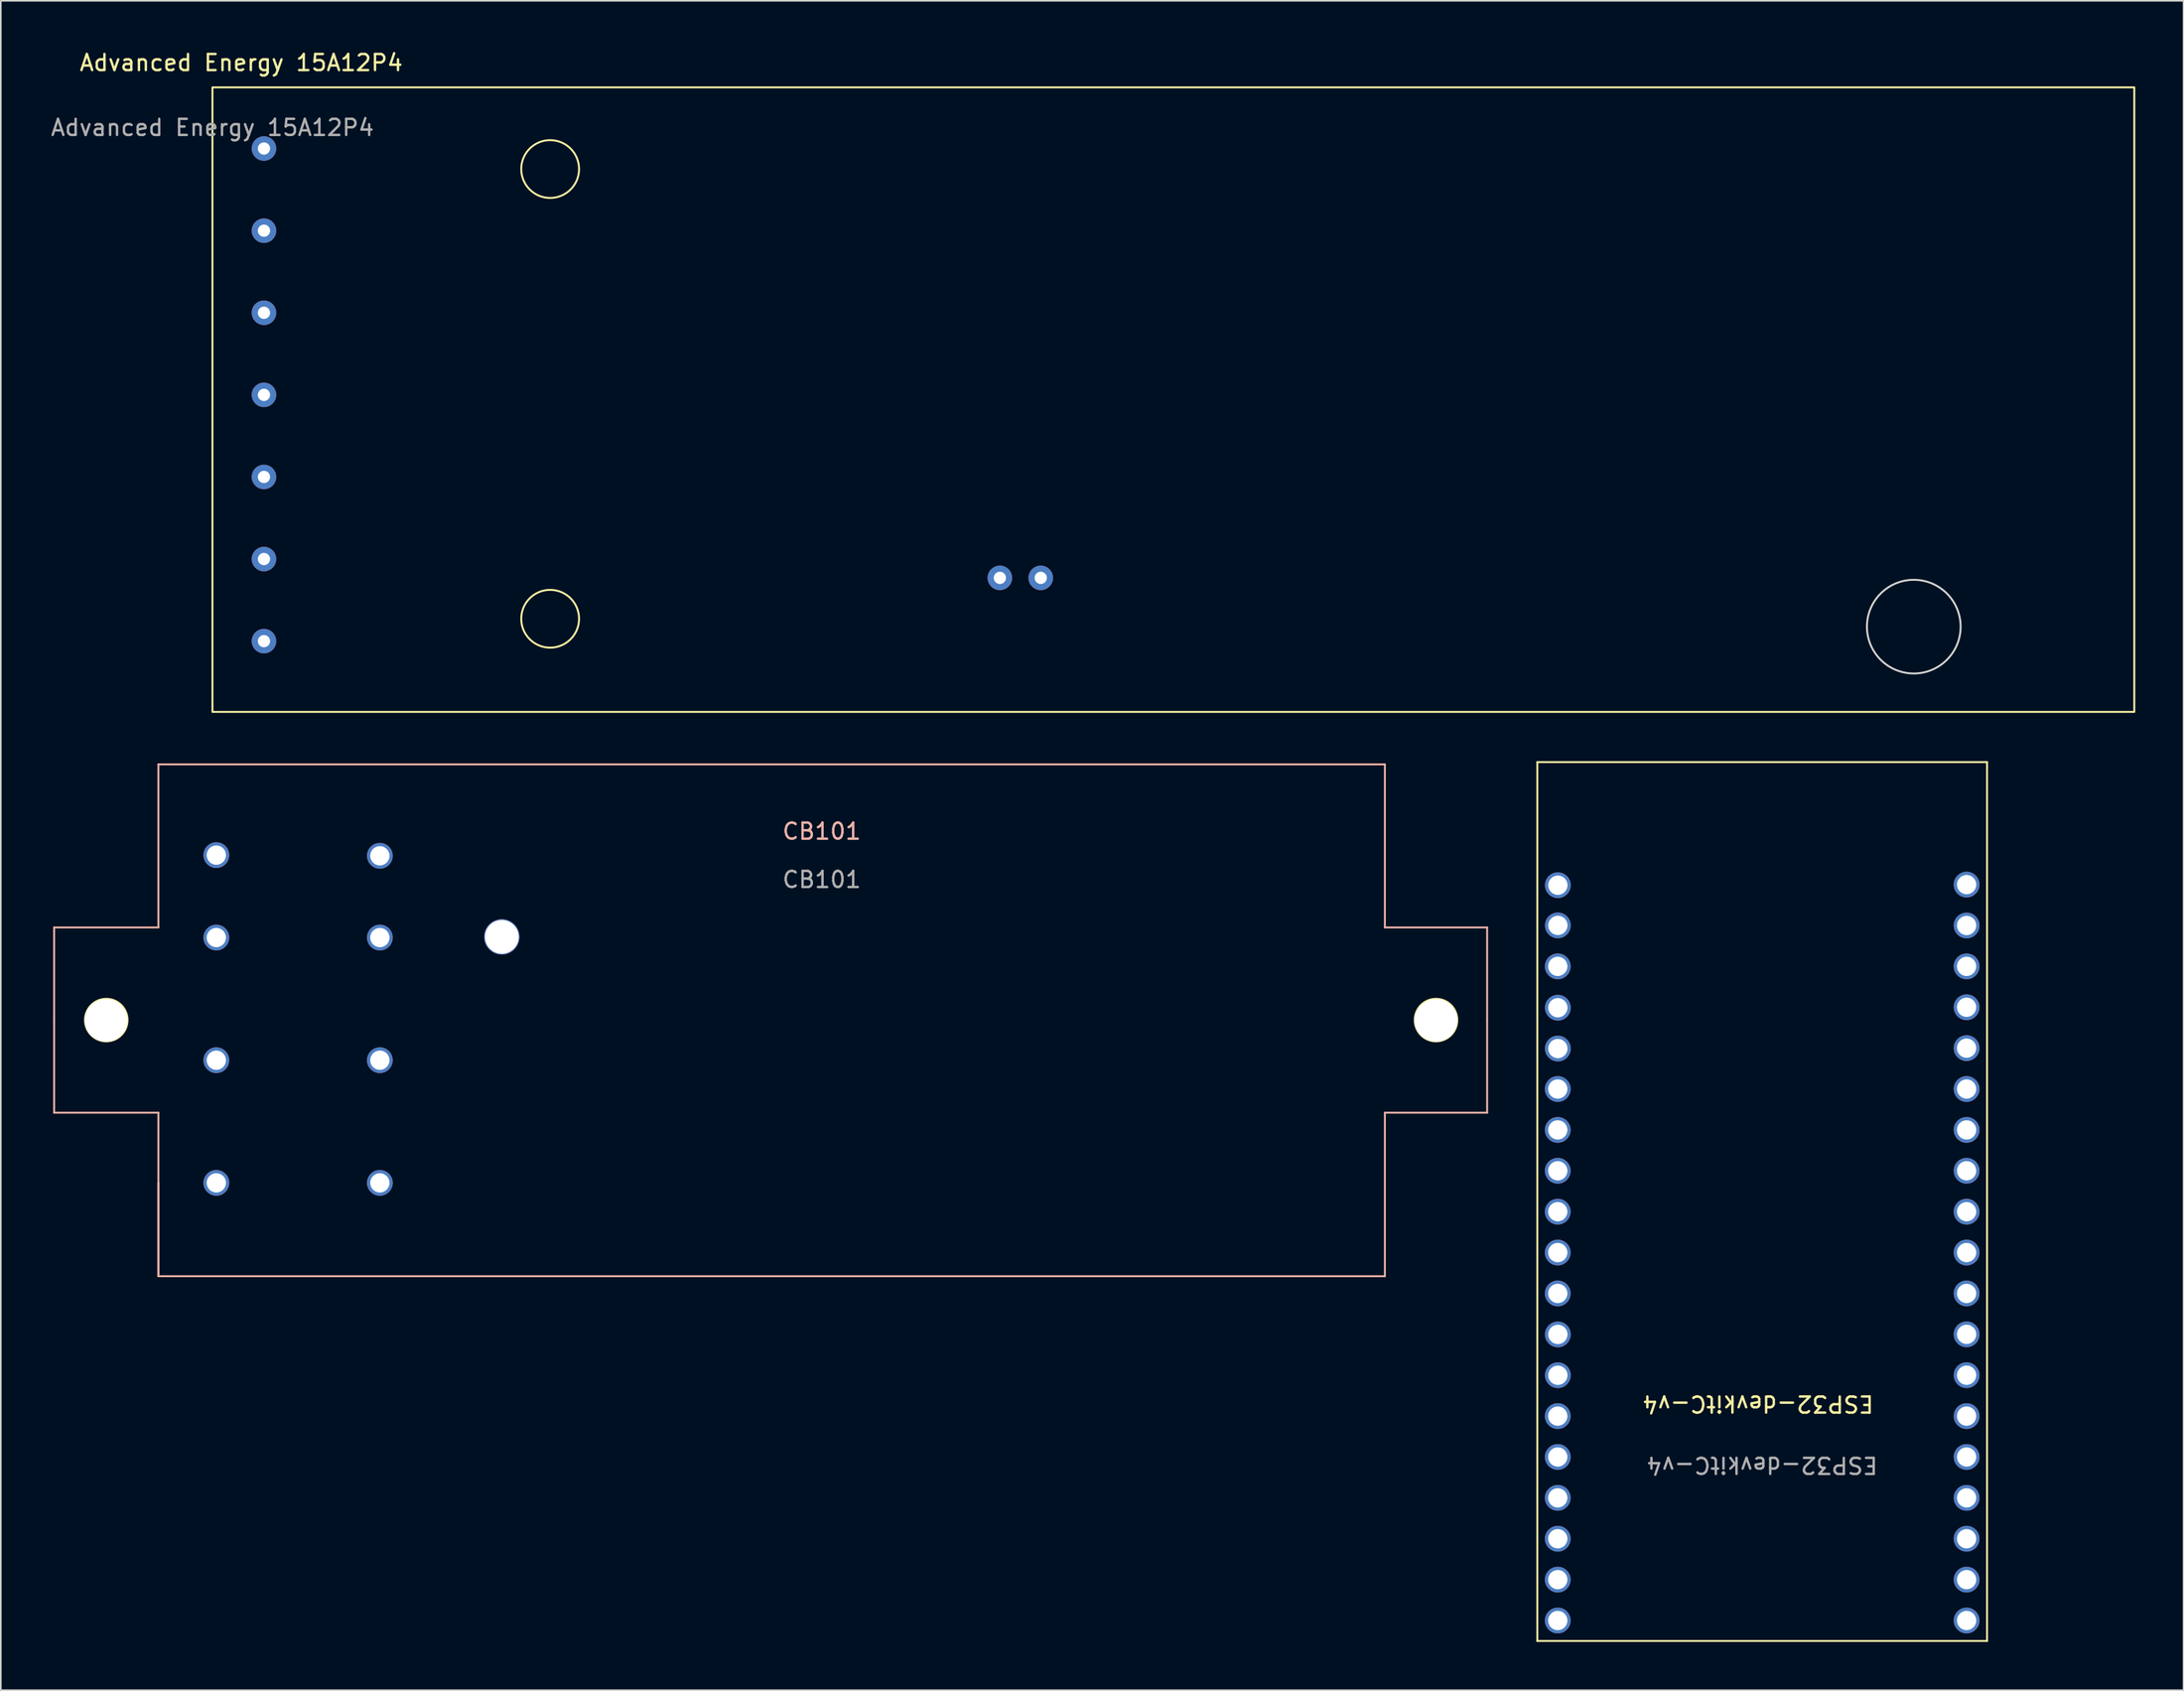
<source format=kicad_pcb>
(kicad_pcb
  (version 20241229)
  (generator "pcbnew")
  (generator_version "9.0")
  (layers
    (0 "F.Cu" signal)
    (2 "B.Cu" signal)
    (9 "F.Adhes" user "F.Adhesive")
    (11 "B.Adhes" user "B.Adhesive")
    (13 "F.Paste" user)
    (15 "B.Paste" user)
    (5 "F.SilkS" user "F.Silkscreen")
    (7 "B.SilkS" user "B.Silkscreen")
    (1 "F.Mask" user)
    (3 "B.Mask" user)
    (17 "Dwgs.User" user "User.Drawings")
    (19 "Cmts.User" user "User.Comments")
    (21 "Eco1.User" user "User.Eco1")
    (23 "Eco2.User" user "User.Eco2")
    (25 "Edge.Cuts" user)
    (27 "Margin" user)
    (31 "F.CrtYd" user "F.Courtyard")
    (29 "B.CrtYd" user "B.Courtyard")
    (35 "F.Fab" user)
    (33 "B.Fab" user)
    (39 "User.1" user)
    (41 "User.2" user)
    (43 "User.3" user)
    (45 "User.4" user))
  (footprint "ESP32-devkitC-v4"
    (layer "F.Cu")
    (at 105.922 64.862)
    (property "Reference" "ESP32-devkitC-v4" (at 0.254 19.304 180) (unlocked yes) (layer "F.SilkS") (effects (font (size 1 1) (thickness 0.15))))
    (attr smd)
    (fp_line (start -13.462 -20.564) (end 14.478 -20.564) (stroke (width 0.12) (type solid)) (layer "F.SilkS"))
    (fp_line (start -13.462 34.036) (end -13.462 -20.564) (stroke (width 0.12) (type solid)) (layer "F.SilkS"))
    (fp_line (start -13.462 34.036) (end 14.478 34.036) (stroke (width 0.12) (type solid)) (layer "F.SilkS"))
    (fp_line (start 14.478 34.036) (end 14.478 -20.564) (stroke (width 0.12) (type solid)) (layer "F.SilkS"))
    (fp_text user "${REFERENCE}" (at 0.508 23.114 180) (unlocked yes) (layer "F.Fab") (effects (font (size 1 1) (thickness 0.15))))
    (pad "1" thru_hole circle (at 13.208 32.766 180) (size 1.6 1.6) (drill 1.2) (layers "*.Cu" "*.Mask"))
    (pad "2" thru_hole circle (at 13.208 30.226 180) (size 1.6 1.6) (drill 1.2) (layers "*.Cu" "*.Mask"))
    (pad "3" thru_hole circle (at 13.208 27.686 180) (size 1.6 1.6) (drill 1.2) (layers "*.Cu" "*.Mask"))
    (pad "4" thru_hole circle (at 13.208 25.146 180) (size 1.6 1.6) (drill 1.2) (layers "*.Cu" "*.Mask"))
    (pad "5" thru_hole circle (at 13.208 22.606 180) (size 1.6 1.6) (drill 1.2) (layers "*.Cu" "*.Mask"))
    (pad "6" thru_hole circle (at 13.208 20.066 180) (size 1.6 1.6) (drill 1.2) (layers "*.Cu" "*.Mask"))
    (pad "7" thru_hole circle (at 13.208 17.526 180) (size 1.6 1.6) (drill 1.2) (layers "*.Cu" "*.Mask"))
    (pad "8" thru_hole circle (at 13.208 14.986 180) (size 1.6 1.6) (drill 1.2) (layers "*.Cu" "*.Mask"))
    (pad "9" thru_hole circle (at 13.208 12.446 180) (size 1.6 1.6) (drill 1.2) (layers "*.Cu" "*.Mask"))
    (pad "10" thru_hole circle (at 13.208 9.906 180) (size 1.6 1.6) (drill 1.2) (layers "*.Cu" "*.Mask"))
    (pad "11" thru_hole circle (at 13.208 7.366 180) (size 1.6 1.6) (drill 1.2) (layers "*.Cu" "*.Mask"))
    (pad "12" thru_hole circle (at 13.208 4.826 180) (size 1.6 1.6) (drill 1.2) (layers "*.Cu" "*.Mask"))
    (pad "13" thru_hole circle (at 13.208 2.286 180) (size 1.6 1.6) (drill 1.2) (layers "*.Cu" "*.Mask"))
    (pad "14" thru_hole circle (at 13.208 -0.254 180) (size 1.6 1.6) (drill 1.2) (layers "*.Cu" "*.Mask"))
    (pad "15" thru_hole circle (at 13.208 -2.794 180) (size 1.6 1.6) (drill 1.2) (layers "*.Cu" "*.Mask"))
    (pad "16" thru_hole circle (at 13.208 -5.334 180) (size 1.6 1.6) (drill 1.2) (layers "*.Cu" "*.Mask"))
    (pad "17" thru_hole circle (at 13.208 -7.874 180) (size 1.6 1.6) (drill 1.2) (layers "*.Cu" "*.Mask"))
    (pad "18" thru_hole circle (at 13.208 -10.414 180) (size 1.6 1.6) (drill 1.2) (layers "*.Cu" "*.Mask"))
    (pad "19" thru_hole circle (at 13.208 -12.954 180) (size 1.6 1.6) (drill 1.2) (layers "*.Cu" "*.Mask"))
    (pad "20" thru_hole circle (at -12.186 -12.917 180) (size 1.6 1.6) (drill 1.2) (layers "*.Cu" "*.Mask"))
    (pad "21" thru_hole circle (at -12.186 -10.42 180) (size 1.6 1.6) (drill 1.2) (layers "*.Cu" "*.Mask"))
    (pad "22" thru_hole circle (at -12.192 -7.874 180) (size 1.6 1.6) (drill 1.2) (layers "*.Cu" "*.Mask"))
    (pad "23" thru_hole circle (at -12.186 -5.305 180) (size 1.6 1.6) (drill 1.2) (layers "*.Cu" "*.Mask"))
    (pad "24" thru_hole circle (at -12.186 -2.768 180) (size 1.6 1.6) (drill 1.2) (layers "*.Cu" "*.Mask"))
    (pad "25" thru_hole circle (at -12.192 -0.254 180) (size 1.6 1.6) (drill 1.2) (layers "*.Cu" "*.Mask"))
    (pad "26" thru_hole circle (at -12.192 2.286 180) (size 1.6 1.6) (drill 1.2) (layers "*.Cu" "*.Mask"))
    (pad "27" thru_hole circle (at -12.192 4.826 180) (size 1.6 1.6) (drill 1.2) (layers "*.Cu" "*.Mask"))
    (pad "28" thru_hole circle (at -12.192 7.366 180) (size 1.6 1.6) (drill 1.2) (layers "*.Cu" "*.Mask"))
    (pad "29" thru_hole circle (at -12.192 9.906 180) (size 1.6 1.6) (drill 1.2) (layers "*.Cu" "*.Mask"))
    (pad "30" thru_hole circle (at -12.192 12.446 180) (size 1.6 1.6) (drill 1.2) (layers "*.Cu" "*.Mask"))
    (pad "31" thru_hole circle (at -12.186 14.992 180) (size 1.6 1.6) (drill 1.2) (layers "*.Cu" "*.Mask"))
    (pad "32" thru_hole circle (at -12.186 17.529 180) (size 1.6 1.6) (drill 1.2) (layers "*.Cu" "*.Mask"))
    (pad "33" thru_hole circle (at -12.192 20.066 180) (size 1.6 1.6) (drill 1.2) (layers "*.Cu" "*.Mask"))
    (pad "34" thru_hole circle (at -12.192 22.606 180) (size 1.6 1.6) (drill 1.2) (layers "*.Cu" "*.Mask"))
    (pad "35" thru_hole circle (at -12.192 25.146 180) (size 1.6 1.6) (drill 1.2) (layers "*.Cu" "*.Mask"))
    (pad "36" thru_hole circle (at -12.192 27.686 180) (size 1.6 1.6) (drill 1.2) (layers "*.Cu" "*.Mask"))
    (pad "37" thru_hole circle (at -12.192 30.226 180) (size 1.6 1.6) (drill 1.2) (layers "*.Cu" "*.Mask"))
    (pad "38" thru_hole circle (at -12.192 32.766 180) (size 1.6 1.6) (drill 1.2) (layers "*.Cu" "*.Mask")))
  (footprint "CB101"
    (layer "F.Cu")
    (at 0.25 44.488)
    (property "Reference" "CB101" (at 47.752 4.112 0) (unlocked yes) (layer "B.SilkS") (effects (font (size 1 1) (thickness 0.15))))
    (attr smd)
    (fp_circle (center 3.302 15.837) (end 1.981 15.837) (stroke (width 0.12) (type solid)) (fill no) (layer "F.SilkS"))
    (fp_circle (center 85.915 15.837) (end 84.594 15.837) (stroke (width 0.12) (type solid)) (fill no) (layer "F.SilkS"))
    (fp_line (start 0.064 10.084) (end 6.54 10.084) (stroke (width 0.12) (type solid)) (layer "B.SilkS"))
    (fp_line (start 0.064 15.824) (end 0.064 10.084) (stroke (width 0.12) (type solid)) (layer "B.SilkS"))
    (fp_line (start 0.064 21.59) (end 0.064 15.85) (stroke (width 0.12) (type solid)) (layer "B.SilkS"))
    (fp_line (start 0.064 21.59) (end 6.54 21.59) (stroke (width 0.12) (type solid)) (layer "B.SilkS"))
    (fp_line (start 6.54 -0.05) (end 82.74 -0.05) (stroke (width 0.12) (type solid)) (layer "B.SilkS"))
    (fp_line (start 6.54 10.084) (end 6.54 -0.05) (stroke (width 0.12) (type solid)) (layer "B.SilkS"))
    (fp_line (start 6.54 21.59) (end 6.54 31.75) (stroke (width 0.12) (type solid)) (layer "B.SilkS"))
    (fp_line (start 6.54 31.75) (end 6.54 25.95) (stroke (width 0.12) (type solid)) (layer "B.SilkS"))
    (fp_line (start 6.54 31.75) (end 82.74 31.75) (stroke (width 0.12) (type solid)) (layer "B.SilkS"))
    (fp_line (start 82.74 10.084) (end 82.74 -0.05) (stroke (width 0.12) (type solid)) (layer "B.SilkS"))
    (fp_line (start 82.74 31.75) (end 82.74 21.59) (stroke (width 0.12) (type solid)) (layer "B.SilkS"))
    (fp_line (start 89.091 10.084) (end 82.74 10.084) (stroke (width 0.12) (type solid)) (layer "B.SilkS"))
    (fp_line (start 89.091 10.084) (end 89.091 15.824) (stroke (width 0.12) (type solid)) (layer "B.SilkS"))
    (fp_line (start 89.091 15.85) (end 89.091 21.59) (stroke (width 0.12) (type solid)) (layer "B.SilkS"))
    (fp_line (start 89.091 21.59) (end 82.74 21.59) (stroke (width 0.12) (type solid)) (layer "B.SilkS"))
    (fp_text user "${REFERENCE}" (at 47.752 7.112 0) (unlocked yes) (layer "F.Fab") (effects (font (size 1 1) (thickness 0.15))))
    (pad "" thru_hole circle (at 3.289 15.85 180) (size 2.64 2.64) (drill 2.64) (layers "*.Cu" "*.Mask"))
    (pad "" thru_hole circle (at 85.915 15.85 180) (size 2.64 2.64) (drill 2.64) (layers "*.Cu" "*.Mask"))
    (pad "1" thru_hole circle (at 10.14 25.95 180) (size 1.6 1.6) (drill 1.2) (layers "*.Cu" "*.Mask"))
    (pad "2" thru_hole circle (at 10.14 18.33 180) (size 1.6 1.6) (drill 1.2) (layers "*.Cu" "*.Mask"))
    (pad "3" thru_hole circle (at 10.14 10.71 180) (size 1.6 1.6) (drill 1.2) (layers "*.Cu" "*.Mask"))
    (pad "4" thru_hole circle (at 10.14 5.588 180) (size 1.6 1.6) (drill 1.2) (layers "*.Cu" "*.Mask"))
    (pad "5" thru_hole circle (at 20.3 5.63 180) (size 1.6 1.6) (drill 1.2) (layers "*.Cu" "*.Mask"))
    (pad "6" thru_hole circle (at 20.3 10.71 180) (size 1.6 1.6) (drill 1.2) (layers "*.Cu" "*.Mask"))
    (pad "7" thru_hole circle (at 20.3 18.33 180) (size 1.6 1.6) (drill 1.2) (layers "*.Cu" "*.Mask"))
    (pad "8" thru_hole circle (at 20.3 25.95 180) (size 1.6 1.6) (drill 1.2) (layers "*.Cu" "*.Mask"))
    (pad "9" thru_hole circle (at 27.877 10.668 180) (size 2.2 2.2) (drill 2.1) (layers "*.Cu" "*.Mask")))
  (footprint "Advanced Energy 15A12P4"
    (layer "F.Cu")
    (at 13.349 6.182)
    (property "Reference" "Advanced Energy 15A12P4" (at -1.41 -5.334 0) (unlocked yes) (layer "F.SilkS") (effects (font (size 1 1) (thickness 0.15))))
    (attr through_hole)
    (fp_rect (start -3.2 34.996) (end 116.2 -3.804) (stroke (width 0.12) (type solid)) (fill no) (layer "F.SilkS"))
    (fp_circle (center 17.78 1.27) (end 19.576 1.27) (stroke (width 0.12) (type solid)) (fill no) (layer "F.SilkS"))
    (fp_circle (center 17.78 29.21) (end 19.576 29.21) (stroke (width 0.12) (type solid)) (fill no) (layer "F.SilkS"))
    (fp_circle (center 102.5 29.7) (end 105.41 29.7) (stroke (width 0.12) (type solid)) (fill no) (layer "Edge.Cuts"))
    (fp_text user "${REFERENCE}" (at -3.2 -1.304 0) (unlocked yes) (layer "F.Fab") (effects (font (size 1 1) (thickness 0.15))))
    (pad "1" thru_hole circle (at 0 -0.004) (size 1.524 1.524) (drill 0.762) (layers "*.Cu" "*.Mask"))
    (pad "2" thru_hole circle (at 0 5.1) (size 1.524 1.524) (drill 0.762) (layers "*.Cu" "*.Mask"))
    (pad "2-1" thru_hole circle (at 45.72 26.67 90) (size 1.524 1.524) (drill 0.762) (layers "*.Cu" "*.Mask"))
    (pad "2-2" thru_hole circle (at 48.26 26.67) (size 1.524 1.524) (drill 0.762) (layers "*.Cu" "*.Mask"))
    (pad "3" thru_hole circle (at 0 10.2) (size 1.524 1.524) (drill 0.762) (layers "*.Cu" "*.Mask"))
    (pad "4" thru_hole circle (at 0 15.3) (size 1.524 1.524) (drill 0.762) (layers "*.Cu" "*.Mask"))
    (pad "5" thru_hole circle (at 0 20.4) (size 1.524 1.524) (drill 0.762) (layers "*.Cu" "*.Mask"))
    (pad "6" thru_hole circle (at 0 25.5) (size 1.524 1.524) (drill 0.762) (layers "*.Cu" "*.Mask"))
    (pad "7" thru_hole circle (at 0 30.6) (size 1.524 1.524) (drill 0.762) (layers "*.Cu" "*.Mask")))
  (gr_rect
    (start -3 -3)
    (end 132.609 101.958)
    (stroke (width 0.1) (type default))
    (fill no)
    (layer "Edge.Cuts")))
</source>
